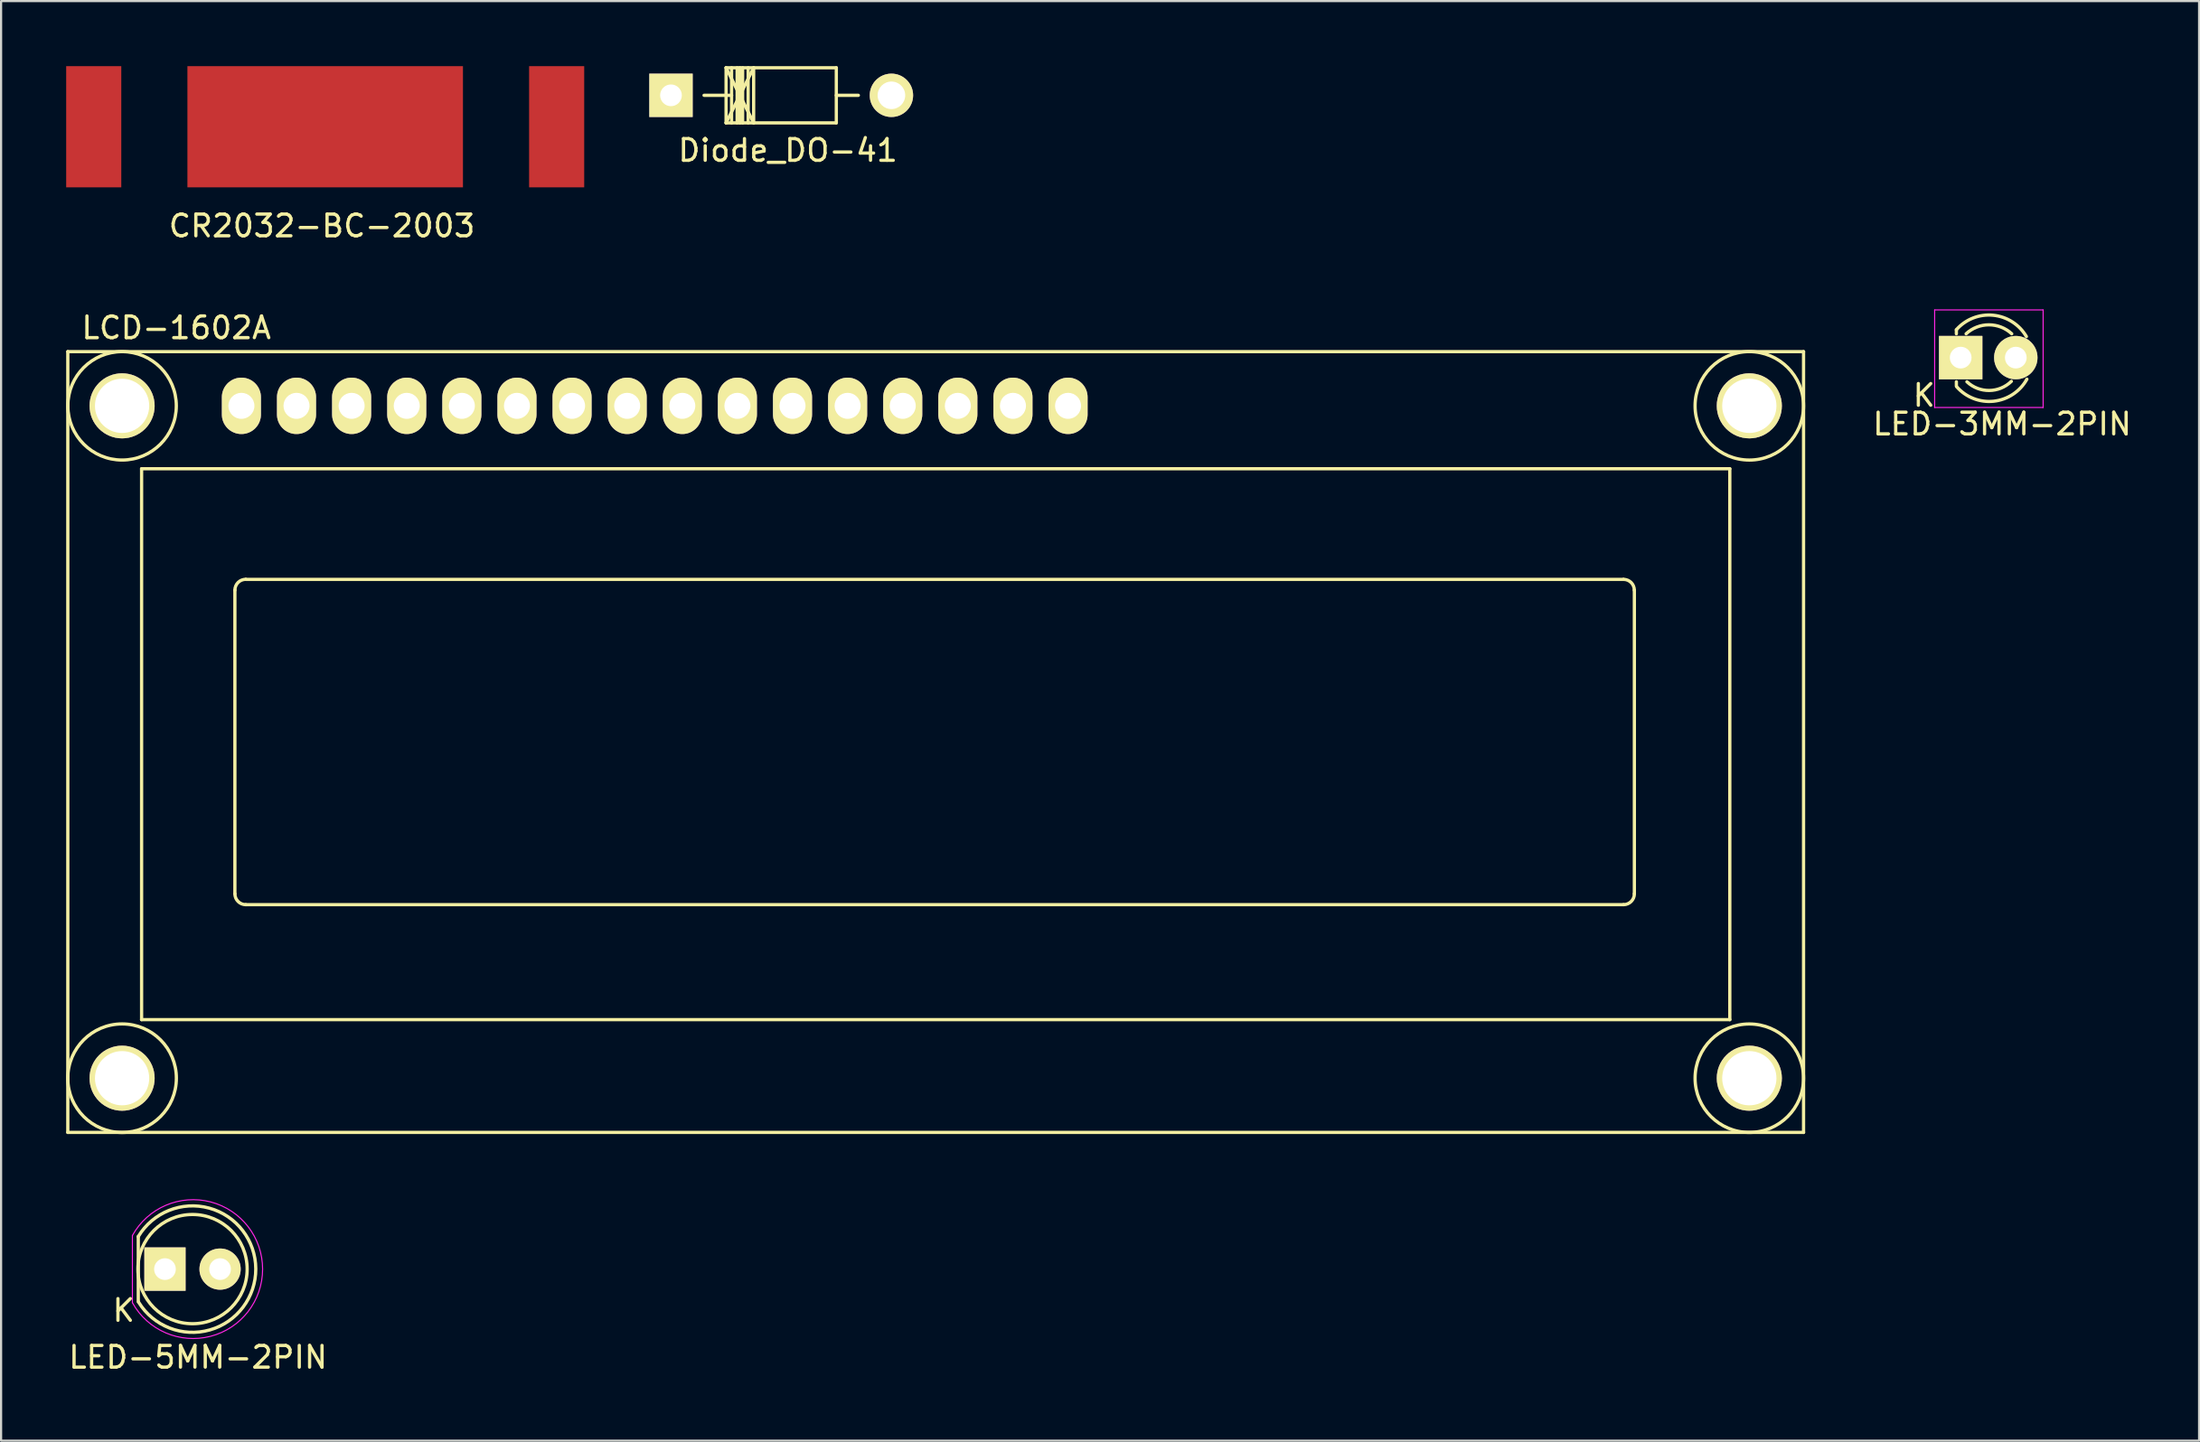
<source format=kicad_pcb>
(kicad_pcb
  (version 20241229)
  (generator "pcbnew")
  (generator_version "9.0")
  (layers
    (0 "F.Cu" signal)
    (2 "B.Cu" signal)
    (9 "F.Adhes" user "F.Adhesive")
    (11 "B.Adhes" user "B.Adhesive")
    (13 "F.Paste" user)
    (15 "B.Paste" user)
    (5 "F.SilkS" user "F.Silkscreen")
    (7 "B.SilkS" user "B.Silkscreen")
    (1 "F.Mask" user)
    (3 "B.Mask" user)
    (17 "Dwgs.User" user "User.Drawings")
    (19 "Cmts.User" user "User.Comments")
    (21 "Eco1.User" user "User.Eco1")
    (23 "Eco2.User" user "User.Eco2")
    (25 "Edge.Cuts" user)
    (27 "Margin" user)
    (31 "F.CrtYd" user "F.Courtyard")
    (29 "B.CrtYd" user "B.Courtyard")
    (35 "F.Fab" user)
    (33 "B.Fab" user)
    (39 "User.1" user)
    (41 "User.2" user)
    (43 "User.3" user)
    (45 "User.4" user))
  (footprint "LCD-1602A"
    (layer "F.Cu")
    (at 8.076 15.662)
    (property "Reference" "LCD-1602A" (at -3 -3.599 0) (layer "F.SilkS") (effects (font (size 1 1) (thickness 0.15))))
    (attr through_hole)
    (fp_line (start -8.001 -2.499) (end 71.999 -2.499) (stroke (width 0.15) (type solid)) (layer "F.SilkS"))
    (fp_line (start -8.001 33.5) (end -8.001 -2.499) (stroke (width 0.15) (type solid)) (layer "F.SilkS"))
    (fp_line (start -4.6 2.901) (end 68.6 2.901) (stroke (width 0.15) (type solid)) (layer "F.SilkS"))
    (fp_line (start -4.6 28.301) (end -4.6 2.901) (stroke (width 0.15) (type solid)) (layer "F.SilkS"))
    (fp_line (start -0.3 22.499) (end -0.3 8.499) (stroke (width 0.15) (type solid)) (layer "F.SilkS"))
    (fp_line (start 0.201 8.001) (end 63.701 8.001) (stroke (width 0.15) (type solid)) (layer "F.SilkS"))
    (fp_line (start 63.701 23) (end 0.201 23) (stroke (width 0.15) (type solid)) (layer "F.SilkS"))
    (fp_line (start 64.201 8.499) (end 64.201 22.499) (stroke (width 0.15) (type solid)) (layer "F.SilkS"))
    (fp_line (start 68.6 2.901) (end 68.6 28.301) (stroke (width 0.15) (type solid)) (layer "F.SilkS"))
    (fp_line (start 68.6 28.301) (end -4.6 28.301) (stroke (width 0.15) (type solid)) (layer "F.SilkS"))
    (fp_line (start 71.999 -2.499) (end 71.999 33.5) (stroke (width 0.15) (type solid)) (layer "F.SilkS"))
    (fp_line (start 71.999 33.5) (end -8.001 33.5) (stroke (width 0.15) (type solid)) (layer "F.SilkS"))
    (fp_arc (start -0.29972 8.49884) (mid -0.153162 8.145018) (end 0.20066 7.99846) (stroke (width 0.15) (type solid)) (layer "F.SilkS"))
    (fp_arc (start 0.20066 22.9997) (mid -0.153162 22.853142) (end -0.29972 22.49932) (stroke (width 0.15) (type solid)) (layer "F.SilkS"))
    (fp_arc (start 63.70066 8.001) (mid 64.052686 8.146814) (end 64.1985 8.49884) (stroke (width 0.15) (type solid)) (layer "F.SilkS"))
    (fp_arc (start 64.20104 22.49932) (mid 64.054482 22.853142) (end 63.70066 22.9997) (stroke (width 0.15) (type solid)) (layer "F.SilkS"))
    (fp_circle (center -5.499 0) (end -3 0) (stroke (width 0.15) (type solid)) (fill no) (layer "F.SilkS"))
    (fp_circle (center -5.499 31.001) (end -8.001 31.001) (stroke (width 0.15) (type solid)) (fill no) (layer "F.SilkS"))
    (fp_circle (center 69.499 0) (end 71.999 0) (stroke (width 0.15) (type solid)) (fill no) (layer "F.SilkS"))
    (fp_circle (center 69.499 31.001) (end 71.999 31.001) (stroke (width 0.15) (type solid)) (fill no) (layer "F.SilkS"))
    (pad "0" thru_hole circle (at -5.499 0) (size 3 3) (drill 2.5) (layers "*.Cu" "*.Mask" "F.SilkS"))
    (pad "0" thru_hole circle (at -5.499 31.001) (size 3 3) (drill 2.5) (layers "*.Cu" "*.Mask" "F.SilkS"))
    (pad "0" thru_hole circle (at 69.499 0) (size 3 3) (drill 2.5) (layers "*.Cu" "*.Mask" "F.SilkS"))
    (pad "0" thru_hole circle (at 69.499 31.001) (size 3 3) (drill 2.5) (layers "*.Cu" "*.Mask" "F.SilkS"))
    (pad "1" thru_hole oval (at 0 0) (size 1.8 2.6) (drill 1.2) (layers "*.Cu" "*.Mask" "F.SilkS"))
    (pad "2" thru_hole oval (at 2.54 0) (size 1.8 2.6) (drill 1.2) (layers "*.Cu" "*.Mask" "F.SilkS"))
    (pad "3" thru_hole oval (at 5.08 0) (size 1.8 2.6) (drill 1.2) (layers "*.Cu" "*.Mask" "F.SilkS"))
    (pad "4" thru_hole oval (at 7.62 0) (size 1.8 2.6) (drill 1.2) (layers "*.Cu" "*.Mask" "F.SilkS"))
    (pad "5" thru_hole oval (at 10.16 0) (size 1.8 2.6) (drill 1.2) (layers "*.Cu" "*.Mask" "F.SilkS"))
    (pad "6" thru_hole oval (at 12.7 0) (size 1.8 2.6) (drill 1.2) (layers "*.Cu" "*.Mask" "F.SilkS"))
    (pad "7" thru_hole oval (at 15.24 0) (size 1.8 2.6) (drill 1.2) (layers "*.Cu" "*.Mask" "F.SilkS"))
    (pad "8" thru_hole oval (at 17.78 0) (size 1.8 2.6) (drill 1.2) (layers "*.Cu" "*.Mask" "F.SilkS"))
    (pad "9" thru_hole oval (at 20.32 0) (size 1.8 2.6) (drill 1.2) (layers "*.Cu" "*.Mask" "F.SilkS"))
    (pad "10" thru_hole oval (at 22.86 0) (size 1.8 2.6) (drill 1.2) (layers "*.Cu" "*.Mask" "F.SilkS"))
    (pad "11" thru_hole oval (at 25.4 0) (size 1.8 2.6) (drill 1.2) (layers "*.Cu" "*.Mask" "F.SilkS"))
    (pad "12" thru_hole oval (at 27.94 0) (size 1.8 2.6) (drill 1.2) (layers "*.Cu" "*.Mask" "F.SilkS"))
    (pad "13" thru_hole oval (at 30.48 0) (size 1.8 2.6) (drill 1.2) (layers "*.Cu" "*.Mask" "F.SilkS"))
    (pad "14" thru_hole oval (at 33.02 0) (size 1.8 2.6) (drill 1.2) (layers "*.Cu" "*.Mask" "F.SilkS"))
    (pad "15" thru_hole oval (at 35.56 0) (size 1.8 2.6) (drill 1.2) (layers "*.Cu" "*.Mask" "F.SilkS"))
    (pad "16" thru_hole oval (at 38.1 0) (size 1.8 2.6) (drill 1.2) (layers "*.Cu" "*.Mask" "F.SilkS")))
  (footprint "LED-3MM-2PIN"
    (layer "F.Cu")
    (at 87.317 13.439)
    (property "Reference" "LED-3MM-2PIN" (at 1.91 3.06 0) (layer "F.SilkS") (effects (font (size 1 1) (thickness 0.15))))
    (attr through_hole)
    (fp_line (start -0.199 -1.28) (end -0.199 -1.1) (stroke (width 0.15) (type solid)) (layer "F.SilkS"))
    (fp_line (start -0.199 1.314) (end -0.199 1.114) (stroke (width 0.15) (type solid)) (layer "F.SilkS"))
    (fp_arc (start -0.199 -1.286) (mid 1.495903 -1.954571) (end 3.028744 -0.969643) (stroke (width 0.15) (type solid)) (layer "F.SilkS"))
    (fp_arc (start 0.25 -1.1) (mid 1.301686 -1.512142) (end 2.353005 -1.099067) (stroke (width 0.15) (type solid)) (layer "F.SilkS"))
    (fp_arc (start 2.335 1.094) (mid 1.31492 1.51473) (end 0.287111 1.113252) (stroke (width 0.15) (type solid)) (layer "F.SilkS"))
    (fp_arc (start 3.051 0.994) (mid 1.522637 2.009958) (end -0.18622 1.340726) (stroke (width 0.15) (type solid)) (layer "F.SilkS"))
    (fp_line (start -1.2 -2.2) (end -1.2 2.3) (stroke (width 0.05) (type solid)) (layer "F.CrtYd"))
    (fp_line (start -1.2 2.3) (end 3.8 2.3) (stroke (width 0.05) (type solid)) (layer "F.CrtYd"))
    (fp_line (start 3.8 -2.2) (end -1.2 -2.2) (stroke (width 0.05) (type solid)) (layer "F.CrtYd"))
    (fp_line (start 3.8 2.3) (end 3.8 -2.2) (stroke (width 0.05) (type solid)) (layer "F.CrtYd"))
    (fp_text user "K" (at -1.69 1.74 0) (layer "F.SilkS") (effects (font (size 1 1) (thickness 0.15))))
    (pad "1" thru_hole rect (at 0 0 90) (size 2 2) (drill 1.001) (layers "*.Cu" "*.Mask" "F.SilkS"))
    (pad "2" thru_hole circle (at 2.54 0) (size 2 2) (drill 1.001) (layers "*.Cu" "*.Mask" "F.SilkS")))
  (footprint "CR2032-BC-2003"
    (layer "F.Cu")
    (at 11.938 2.794)
    (property "Reference" "CR2032-BC-2003" (at -0.152 4.572 0) (layer "F.SilkS") (effects (font (size 1 1) (thickness 0.15))))
    (attr through_hole)
    (pad "1" smd rect (at -10.668 0) (size 2.54 5.588) (layers "F.Cu" "F.Mask" "F.Paste"))
    (pad "1" smd rect (at 0 0) (size 12.7 5.588) (layers "F.Cu" "F.Mask" "F.Paste"))
    (pad "1" smd rect (at 10.668 0) (size 2.54 5.588) (layers "F.Cu" "F.Mask" "F.Paste")))
  (footprint "Diode_DO-41"
    (layer "F.Cu")
    (at 27.875 1.348)
    (property "Reference" "Diode_DO-41" (at 5.387 2.537 0) (layer "F.SilkS") (effects (font (size 1 1) (thickness 0.15))))
    (attr through_hole)
    (fp_line (start 2.54 -1.273) (end 3.81 1.267) (stroke (width 0.15) (type solid)) (layer "F.SilkS"))
    (fp_line (start 2.54 -1.273) (end 7.62 -1.273) (stroke (width 0.15) (type solid)) (layer "F.SilkS"))
    (fp_line (start 2.54 1.267) (end 2.54 -1.273) (stroke (width 0.15) (type solid)) (layer "F.SilkS"))
    (fp_line (start 2.794 -1.273) (end 2.794 1.267) (stroke (width 0.15) (type solid)) (layer "F.SilkS"))
    (fp_line (start 2.794 -0.003) (end 1.524 -0.003) (stroke (width 0.15) (type solid)) (layer "F.SilkS"))
    (fp_line (start 3.048 -1.273) (end 3.048 1.267) (stroke (width 0.15) (type solid)) (layer "F.SilkS"))
    (fp_line (start 3.175 -1.273) (end 3.175 1.267) (stroke (width 0.15) (type solid)) (layer "F.SilkS"))
    (fp_line (start 3.302 -1.273) (end 3.302 1.267) (stroke (width 0.15) (type solid)) (layer "F.SilkS"))
    (fp_line (start 3.556 -1.273) (end 3.556 1.267) (stroke (width 0.15) (type solid)) (layer "F.SilkS"))
    (fp_line (start 3.81 -1.273) (end 2.54 1.267) (stroke (width 0.15) (type solid)) (layer "F.SilkS"))
    (fp_line (start 3.81 -1.273) (end 3.81 1.267) (stroke (width 0.15) (type solid)) (layer "F.SilkS"))
    (fp_line (start 7.62 -1.273) (end 7.62 1.267) (stroke (width 0.15) (type solid)) (layer "F.SilkS"))
    (fp_line (start 7.62 -0.003) (end 8.636 -0.003) (stroke (width 0.15) (type solid)) (layer "F.SilkS"))
    (fp_line (start 7.62 1.267) (end 2.54 1.267) (stroke (width 0.15) (type solid)) (layer "F.SilkS"))
    (pad "1" thru_hole rect (at 0 -0.003 180) (size 1.999 1.999) (drill 1.001) (layers "*.Cu" "*.Mask" "F.SilkS"))
    (pad "2" thru_hole circle (at 10.16 -0.003 180) (size 1.999 1.999) (drill 1.27) (layers "*.Cu" "*.Mask" "F.SilkS")))
  (footprint "LED-5MM-2PIN"
    (layer "F.Cu")
    (at 4.553 55.465)
    (property "Reference" "LED-5MM-2PIN" (at 1.524 4.064 0) (layer "F.SilkS") (effects (font (size 1 1) (thickness 0.15))))
    (attr through_hole)
    (fp_line (start -1.23 1.5) (end -1.23 -1.5) (stroke (width 0.15) (type solid)) (layer "F.SilkS"))
    (fp_arc (start -1.23 -1.5) (mid 4.18544 -0.014565) (end -1.214888 1.524904) (stroke (width 0.15) (type solid)) (layer "F.SilkS"))
    (fp_circle (center 1.27 0) (end 0.97 -2.5) (stroke (width 0.15) (type solid)) (fill no) (layer "F.SilkS"))
    (fp_line (start -1.5 -1.55) (end -1.5 1.55) (stroke (width 0.05) (type solid)) (layer "F.CrtYd"))
    (fp_arc (start -1.498248 -1.55316) (mid 4.50039 0.001807) (end -1.5 1.55) (stroke (width 0.05) (type solid)) (layer "F.CrtYd"))
    (fp_text user "K" (at -1.905 1.905 0) (layer "F.SilkS") (effects (font (size 1 1) (thickness 0.15))))
    (pad "1" thru_hole rect (at 0 0 90) (size 2 1.9) (drill 1.001) (layers "*.Cu" "*.Mask" "F.SilkS"))
    (pad "2" thru_hole circle (at 2.54 0) (size 1.9 1.9) (drill 1.001) (layers "*.Cu" "*.Mask" "F.SilkS")))
  (gr_rect
    (start -3 -3)
    (end 98.305 63.377)
    (stroke (width 0.1) (type default))
    (fill no)
    (layer "Edge.Cuts")))
</source>
